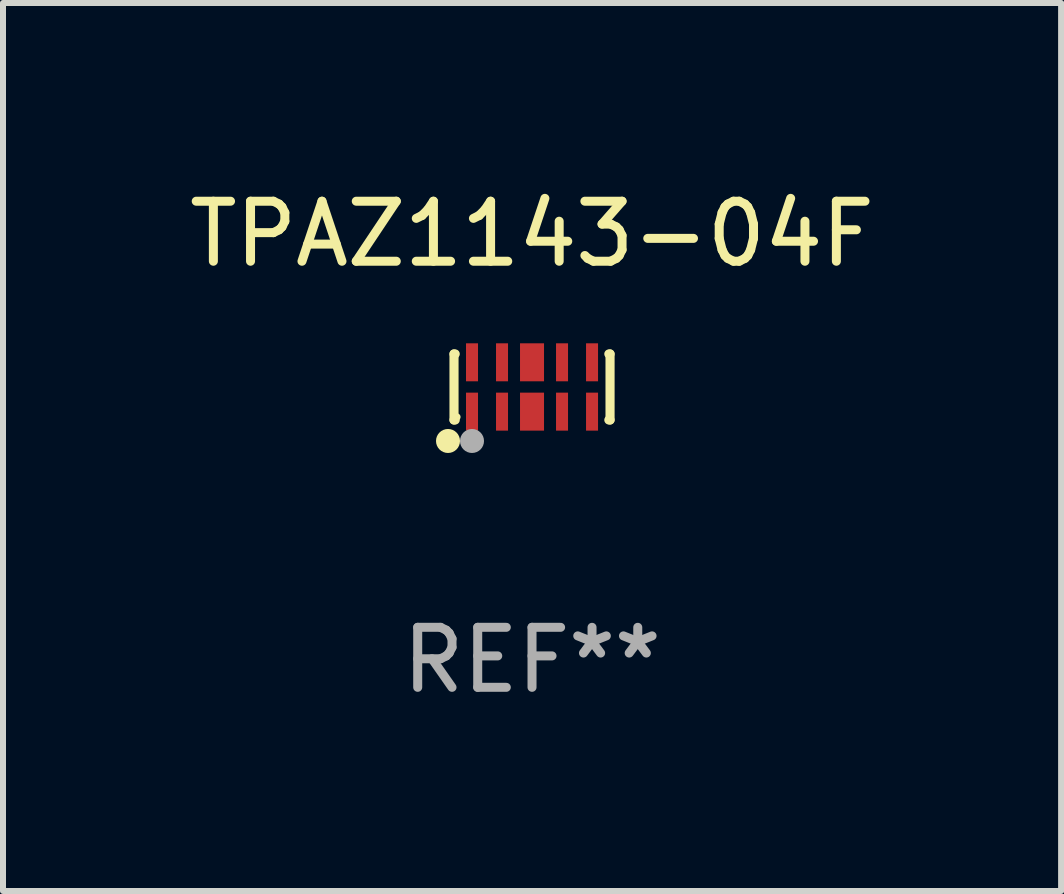
<source format=kicad_pcb>
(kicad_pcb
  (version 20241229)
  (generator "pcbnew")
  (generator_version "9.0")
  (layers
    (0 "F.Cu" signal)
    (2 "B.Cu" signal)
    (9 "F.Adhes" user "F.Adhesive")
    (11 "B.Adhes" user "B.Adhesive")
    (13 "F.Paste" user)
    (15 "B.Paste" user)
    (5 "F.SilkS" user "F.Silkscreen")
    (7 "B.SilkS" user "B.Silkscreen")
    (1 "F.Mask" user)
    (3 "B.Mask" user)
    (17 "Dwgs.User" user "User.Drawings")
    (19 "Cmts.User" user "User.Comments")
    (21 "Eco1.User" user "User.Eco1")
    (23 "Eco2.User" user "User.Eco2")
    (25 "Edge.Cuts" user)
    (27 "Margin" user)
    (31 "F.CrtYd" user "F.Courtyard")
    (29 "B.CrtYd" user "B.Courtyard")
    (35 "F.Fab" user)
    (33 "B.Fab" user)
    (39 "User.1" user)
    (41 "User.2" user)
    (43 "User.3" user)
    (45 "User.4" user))
  (footprint "TPAZ1143-04F"
    (layer "F.Cu")
    (at 5.815 3.398)
    (property "Reference" "TPAZ1143-04F" (at 0 -2.55 0) (layer "F.SilkS") (effects (font (size 1 1) (thickness 0.15))))
    (attr through_hole)
    (fp_line (start -1.3 -0.55) (end -1.3 0.55) (stroke (width 0.152) (type solid)) (layer "F.SilkS"))
    (fp_line (start -1.3 0.55) (end -1.28 0.55) (stroke (width 0.152) (type solid)) (layer "F.SilkS"))
    (fp_line (start -1.28 -0.55) (end -1.3 -0.55) (stroke (width 0.152) (type solid)) (layer "F.SilkS"))
    (fp_line (start 1.28 0.55) (end 1.3 0.55) (stroke (width 0.152) (type solid)) (layer "F.SilkS"))
    (fp_line (start 1.3 -0.55) (end 1.28 -0.55) (stroke (width 0.152) (type solid)) (layer "F.SilkS"))
    (fp_line (start 1.3 0.55) (end 1.3 -0.55) (stroke (width 0.152) (type solid)) (layer "F.SilkS"))
    (fp_circle (center -1.4 0.9) (end -1.3 0.9) (stroke (width 0.2) (type solid)) (fill no) (layer "F.SilkS"))
    (fp_circle (center -1.25 0.5) (end -1.22 0.5) (stroke (width 0.06) (type solid)) (fill no) (layer "F.SilkS"))
    (fp_circle (center -1 0.9) (end -0.9 0.9) (stroke (width 0.2) (type solid)) (fill no) (layer "F.Fab"))
    (fp_text user "REF**" (at 0 4.55 0) (layer "F.Fab") (effects (font (size 1 1) (thickness 0.15))))
    (pad "1" smd rect (at -1 0.411) (size 0.2 0.633) (layers "F.Cu" "F.Mask" "F.Paste"))
    (pad "2" smd rect (at -0.5 0.411) (size 0.2 0.633) (layers "F.Cu" "F.Mask" "F.Paste"))
    (pad "3" smd rect (at 0 0.411) (size 0.4 0.633) (layers "F.Cu" "F.Mask" "F.Paste"))
    (pad "4" smd rect (at 0.5 0.411) (size 0.2 0.633) (layers "F.Cu" "F.Mask" "F.Paste"))
    (pad "5" smd rect (at 1 0.411) (size 0.2 0.633) (layers "F.Cu" "F.Mask" "F.Paste"))
    (pad "6" smd rect (at 1 -0.411) (size 0.2 0.633) (layers "F.Cu" "F.Mask" "F.Paste"))
    (pad "7" smd rect (at 0.5 -0.411) (size 0.2 0.633) (layers "F.Cu" "F.Mask" "F.Paste"))
    (pad "8" smd rect (at 0 -0.411) (size 0.4 0.633) (layers "F.Cu" "F.Mask" "F.Paste"))
    (pad "9" smd rect (at -0.5 -0.411) (size 0.2 0.633) (layers "F.Cu" "F.Mask" "F.Paste"))
    (pad "10" smd rect (at -1 -0.411) (size 0.2 0.633) (layers "F.Cu" "F.Mask" "F.Paste")))
  (gr_rect
    (start -3 -3)
    (end 14.631 11.796)
    (stroke (width 0.1) (type default))
    (fill no)
    (layer "Edge.Cuts")))
</source>
